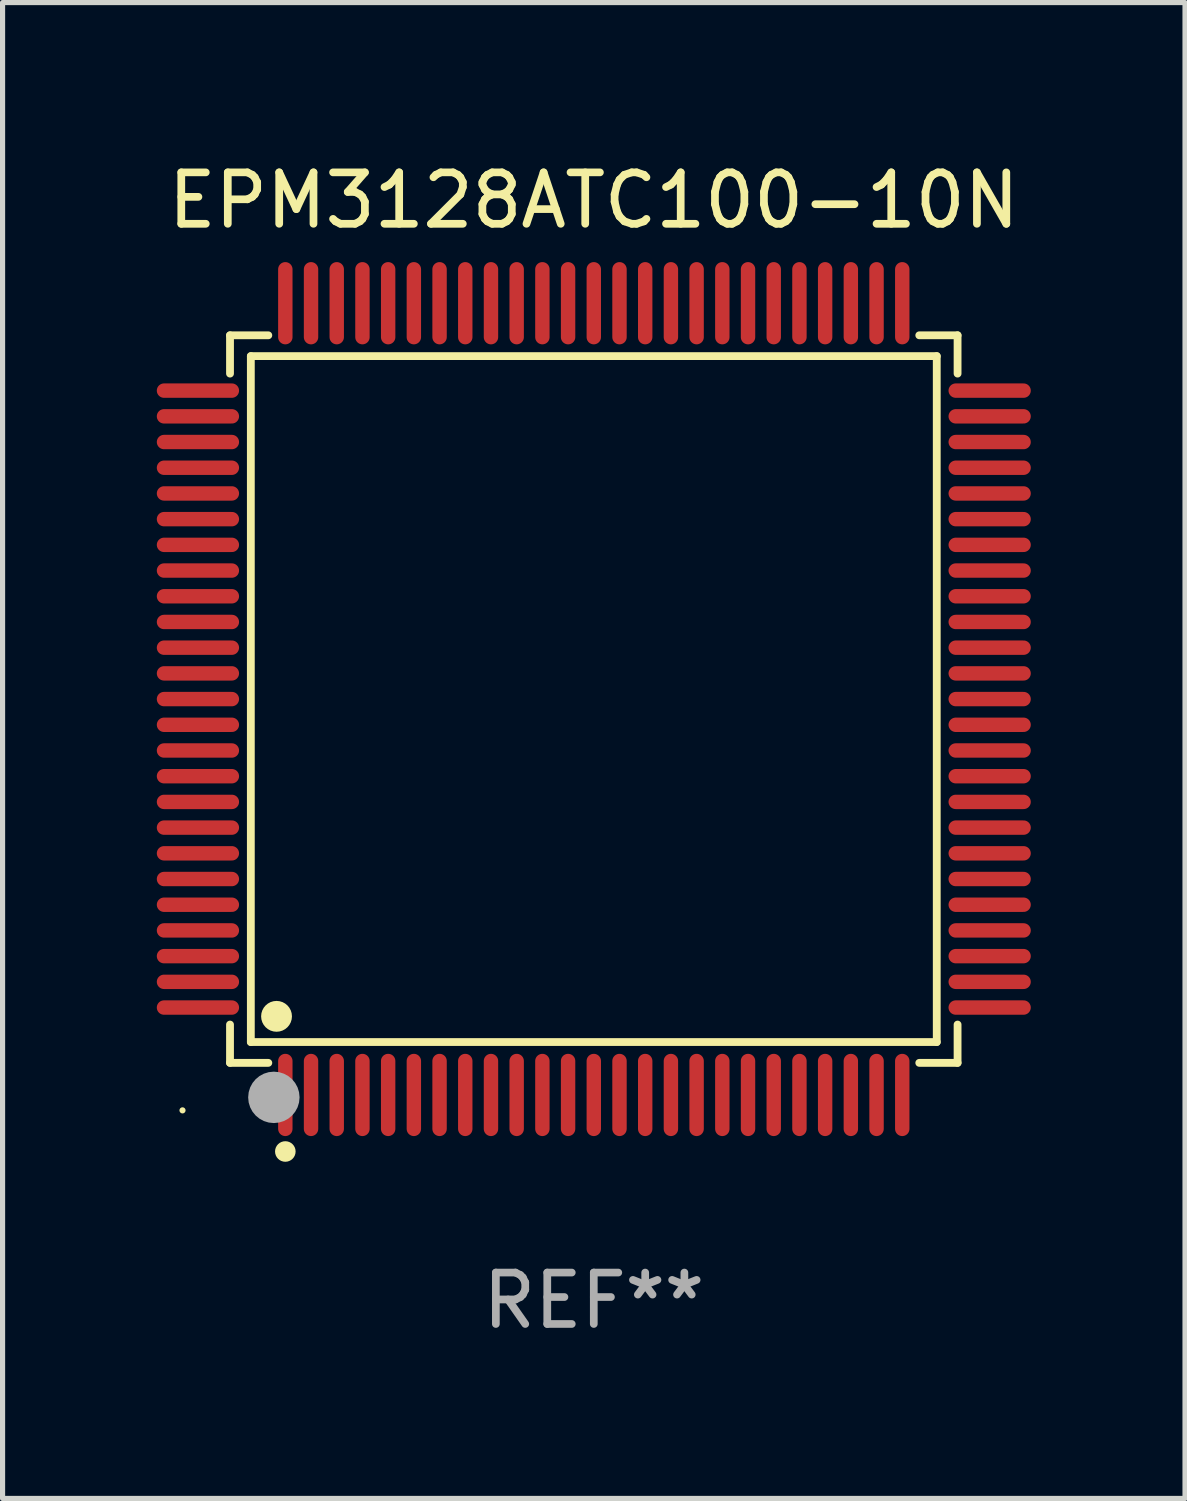
<source format=kicad_pcb>
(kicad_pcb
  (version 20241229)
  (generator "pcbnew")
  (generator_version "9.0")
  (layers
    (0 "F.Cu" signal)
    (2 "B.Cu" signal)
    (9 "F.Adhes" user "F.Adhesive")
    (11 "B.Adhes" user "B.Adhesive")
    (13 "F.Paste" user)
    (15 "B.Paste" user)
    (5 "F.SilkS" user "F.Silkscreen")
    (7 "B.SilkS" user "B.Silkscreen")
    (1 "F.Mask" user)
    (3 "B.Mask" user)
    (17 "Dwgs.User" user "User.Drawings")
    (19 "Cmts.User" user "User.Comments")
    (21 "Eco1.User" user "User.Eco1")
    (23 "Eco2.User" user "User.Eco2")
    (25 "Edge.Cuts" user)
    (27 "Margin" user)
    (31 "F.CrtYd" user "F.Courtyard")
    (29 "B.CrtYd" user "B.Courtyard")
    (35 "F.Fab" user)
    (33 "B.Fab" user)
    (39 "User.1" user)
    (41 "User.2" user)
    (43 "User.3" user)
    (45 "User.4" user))
  (footprint "EPM3128ATC100-10N"
    (layer "F.Cu")
    (at 8.5 10.548)
    (property "Reference" "EPM3128ATC100-10N" (at 0 -9.7 0) (layer "F.SilkS") (effects (font (size 1 1) (thickness 0.15))))
    (attr through_hole)
    (fp_line (start -7.076 -7.076) (end -6.331 -7.076) (stroke (width 0.152) (type solid)) (layer "F.SilkS"))
    (fp_line (start -7.076 -6.331) (end -7.076 -7.076) (stroke (width 0.152) (type solid)) (layer "F.SilkS"))
    (fp_line (start -7.076 6.331) (end -7.076 7.076) (stroke (width 0.152) (type solid)) (layer "F.SilkS"))
    (fp_line (start -7.076 7.076) (end -6.331 7.076) (stroke (width 0.152) (type solid)) (layer "F.SilkS"))
    (fp_line (start -6.671 -6.671) (end 6.671 -6.671) (stroke (width 0.152) (type solid)) (layer "F.SilkS"))
    (fp_line (start -6.671 6.671) (end -6.671 -6.671) (stroke (width 0.152) (type solid)) (layer "F.SilkS"))
    (fp_line (start 6.671 -6.671) (end 6.671 6.671) (stroke (width 0.152) (type solid)) (layer "F.SilkS"))
    (fp_line (start 6.671 6.671) (end -6.671 6.671) (stroke (width 0.152) (type solid)) (layer "F.SilkS"))
    (fp_line (start 7.076 -7.076) (end 6.331 -7.076) (stroke (width 0.152) (type solid)) (layer "F.SilkS"))
    (fp_line (start 7.076 -6.331) (end 7.076 -7.076) (stroke (width 0.152) (type solid)) (layer "F.SilkS"))
    (fp_line (start 7.076 6.331) (end 7.076 7.076) (stroke (width 0.152) (type solid)) (layer "F.SilkS"))
    (fp_line (start 7.076 7.076) (end 6.331 7.076) (stroke (width 0.152) (type solid)) (layer "F.SilkS"))
    (fp_circle (center -8 8) (end -7.97 8) (stroke (width 0.06) (type solid)) (fill no) (layer "F.SilkS"))
    (fp_circle (center -6.171 6.171) (end -6.021 6.171) (stroke (width 0.3) (type solid)) (fill no) (layer "F.SilkS"))
    (fp_circle (center -6 8.8) (end -5.9 8.8) (stroke (width 0.2) (type solid)) (fill no) (layer "F.SilkS"))
    (fp_circle (center -6.223 7.747) (end -5.973 7.747) (stroke (width 0.5) (type solid)) (fill no) (layer "F.Fab"))
    (fp_text user "REF**" (at 0 11.7 0) (layer "F.Fab") (effects (font (size 1 1) (thickness 0.15))))
    (pad "1" smd oval (at -6 7.7) (size 0.28 1.6) (layers "F.Cu" "F.Mask" "F.Paste"))
    (pad "2" smd oval (at -5.5 7.7) (size 0.28 1.6) (layers "F.Cu" "F.Mask" "F.Paste"))
    (pad "3" smd oval (at -5 7.7) (size 0.28 1.6) (layers "F.Cu" "F.Mask" "F.Paste"))
    (pad "4" smd oval (at -4.5 7.7) (size 0.28 1.6) (layers "F.Cu" "F.Mask" "F.Paste"))
    (pad "5" smd oval (at -4 7.7) (size 0.28 1.6) (layers "F.Cu" "F.Mask" "F.Paste"))
    (pad "6" smd oval (at -3.5 7.7) (size 0.28 1.6) (layers "F.Cu" "F.Mask" "F.Paste"))
    (pad "7" smd oval (at -3 7.7) (size 0.28 1.6) (layers "F.Cu" "F.Mask" "F.Paste"))
    (pad "8" smd oval (at -2.5 7.7) (size 0.28 1.6) (layers "F.Cu" "F.Mask" "F.Paste"))
    (pad "9" smd oval (at -2 7.7) (size 0.28 1.6) (layers "F.Cu" "F.Mask" "F.Paste"))
    (pad "10" smd oval (at -1.5 7.7) (size 0.28 1.6) (layers "F.Cu" "F.Mask" "F.Paste"))
    (pad "11" smd oval (at -1 7.7) (size 0.28 1.6) (layers "F.Cu" "F.Mask" "F.Paste"))
    (pad "12" smd oval (at -0.5 7.7) (size 0.28 1.6) (layers "F.Cu" "F.Mask" "F.Paste"))
    (pad "13" smd oval (at 0 7.7) (size 0.28 1.6) (layers "F.Cu" "F.Mask" "F.Paste"))
    (pad "14" smd oval (at 0.5 7.7) (size 0.28 1.6) (layers "F.Cu" "F.Mask" "F.Paste"))
    (pad "15" smd oval (at 1 7.7) (size 0.28 1.6) (layers "F.Cu" "F.Mask" "F.Paste"))
    (pad "16" smd oval (at 1.5 7.7) (size 0.28 1.6) (layers "F.Cu" "F.Mask" "F.Paste"))
    (pad "17" smd oval (at 2 7.7) (size 0.28 1.6) (layers "F.Cu" "F.Mask" "F.Paste"))
    (pad "18" smd oval (at 2.5 7.7) (size 0.28 1.6) (layers "F.Cu" "F.Mask" "F.Paste"))
    (pad "19" smd oval (at 3 7.7) (size 0.28 1.6) (layers "F.Cu" "F.Mask" "F.Paste"))
    (pad "20" smd oval (at 3.5 7.7) (size 0.28 1.6) (layers "F.Cu" "F.Mask" "F.Paste"))
    (pad "21" smd oval (at 4 7.7) (size 0.28 1.6) (layers "F.Cu" "F.Mask" "F.Paste"))
    (pad "22" smd oval (at 4.5 7.7) (size 0.28 1.6) (layers "F.Cu" "F.Mask" "F.Paste"))
    (pad "23" smd oval (at 5 7.7) (size 0.28 1.6) (layers "F.Cu" "F.Mask" "F.Paste"))
    (pad "24" smd oval (at 5.5 7.7) (size 0.28 1.6) (layers "F.Cu" "F.Mask" "F.Paste"))
    (pad "25" smd oval (at 6 7.7) (size 0.28 1.6) (layers "F.Cu" "F.Mask" "F.Paste"))
    (pad "26" smd oval (at 7.7 6) (size 1.6 0.28) (layers "F.Cu" "F.Mask" "F.Paste"))
    (pad "27" smd oval (at 7.7 5.5) (size 1.6 0.28) (layers "F.Cu" "F.Mask" "F.Paste"))
    (pad "28" smd oval (at 7.7 5) (size 1.6 0.28) (layers "F.Cu" "F.Mask" "F.Paste"))
    (pad "29" smd oval (at 7.7 4.5) (size 1.6 0.28) (layers "F.Cu" "F.Mask" "F.Paste"))
    (pad "30" smd oval (at 7.7 4) (size 1.6 0.28) (layers "F.Cu" "F.Mask" "F.Paste"))
    (pad "31" smd oval (at 7.7 3.5) (size 1.6 0.28) (layers "F.Cu" "F.Mask" "F.Paste"))
    (pad "32" smd oval (at 7.7 3) (size 1.6 0.28) (layers "F.Cu" "F.Mask" "F.Paste"))
    (pad "33" smd oval (at 7.7 2.5) (size 1.6 0.28) (layers "F.Cu" "F.Mask" "F.Paste"))
    (pad "34" smd oval (at 7.7 2) (size 1.6 0.28) (layers "F.Cu" "F.Mask" "F.Paste"))
    (pad "35" smd oval (at 7.7 1.5) (size 1.6 0.28) (layers "F.Cu" "F.Mask" "F.Paste"))
    (pad "36" smd oval (at 7.7 1) (size 1.6 0.28) (layers "F.Cu" "F.Mask" "F.Paste"))
    (pad "37" smd oval (at 7.7 0.5) (size 1.6 0.28) (layers "F.Cu" "F.Mask" "F.Paste"))
    (pad "38" smd oval (at 7.7 0) (size 1.6 0.28) (layers "F.Cu" "F.Mask" "F.Paste"))
    (pad "39" smd oval (at 7.7 -0.5) (size 1.6 0.28) (layers "F.Cu" "F.Mask" "F.Paste"))
    (pad "40" smd oval (at 7.7 -1) (size 1.6 0.28) (layers "F.Cu" "F.Mask" "F.Paste"))
    (pad "41" smd oval (at 7.7 -1.5) (size 1.6 0.28) (layers "F.Cu" "F.Mask" "F.Paste"))
    (pad "42" smd oval (at 7.7 -2) (size 1.6 0.28) (layers "F.Cu" "F.Mask" "F.Paste"))
    (pad "43" smd oval (at 7.7 -2.5) (size 1.6 0.28) (layers "F.Cu" "F.Mask" "F.Paste"))
    (pad "44" smd oval (at 7.7 -3) (size 1.6 0.28) (layers "F.Cu" "F.Mask" "F.Paste"))
    (pad "45" smd oval (at 7.7 -3.5) (size 1.6 0.28) (layers "F.Cu" "F.Mask" "F.Paste"))
    (pad "46" smd oval (at 7.7 -4) (size 1.6 0.28) (layers "F.Cu" "F.Mask" "F.Paste"))
    (pad "47" smd oval (at 7.7 -4.5) (size 1.6 0.28) (layers "F.Cu" "F.Mask" "F.Paste"))
    (pad "48" smd oval (at 7.7 -5) (size 1.6 0.28) (layers "F.Cu" "F.Mask" "F.Paste"))
    (pad "49" smd oval (at 7.7 -5.5) (size 1.6 0.28) (layers "F.Cu" "F.Mask" "F.Paste"))
    (pad "50" smd oval (at 7.7 -6) (size 1.6 0.28) (layers "F.Cu" "F.Mask" "F.Paste"))
    (pad "51" smd oval (at 6 -7.7) (size 0.28 1.6) (layers "F.Cu" "F.Mask" "F.Paste"))
    (pad "52" smd oval (at 5.5 -7.7) (size 0.28 1.6) (layers "F.Cu" "F.Mask" "F.Paste"))
    (pad "53" smd oval (at 5 -7.7) (size 0.28 1.6) (layers "F.Cu" "F.Mask" "F.Paste"))
    (pad "54" smd oval (at 4.5 -7.7) (size 0.28 1.6) (layers "F.Cu" "F.Mask" "F.Paste"))
    (pad "55" smd oval (at 4 -7.7) (size 0.28 1.6) (layers "F.Cu" "F.Mask" "F.Paste"))
    (pad "56" smd oval (at 3.5 -7.7) (size 0.28 1.6) (layers "F.Cu" "F.Mask" "F.Paste"))
    (pad "57" smd oval (at 3 -7.7) (size 0.28 1.6) (layers "F.Cu" "F.Mask" "F.Paste"))
    (pad "58" smd oval (at 2.5 -7.7) (size 0.28 1.6) (layers "F.Cu" "F.Mask" "F.Paste"))
    (pad "59" smd oval (at 2 -7.7) (size 0.28 1.6) (layers "F.Cu" "F.Mask" "F.Paste"))
    (pad "60" smd oval (at 1.5 -7.7) (size 0.28 1.6) (layers "F.Cu" "F.Mask" "F.Paste"))
    (pad "61" smd oval (at 1 -7.7) (size 0.28 1.6) (layers "F.Cu" "F.Mask" "F.Paste"))
    (pad "62" smd oval (at 0.5 -7.7) (size 0.28 1.6) (layers "F.Cu" "F.Mask" "F.Paste"))
    (pad "63" smd oval (at 0 -7.7) (size 0.28 1.6) (layers "F.Cu" "F.Mask" "F.Paste"))
    (pad "64" smd oval (at -0.5 -7.7) (size 0.28 1.6) (layers "F.Cu" "F.Mask" "F.Paste"))
    (pad "65" smd oval (at -1 -7.7) (size 0.28 1.6) (layers "F.Cu" "F.Mask" "F.Paste"))
    (pad "66" smd oval (at -1.5 -7.7) (size 0.28 1.6) (layers "F.Cu" "F.Mask" "F.Paste"))
    (pad "67" smd oval (at -2 -7.7) (size 0.28 1.6) (layers "F.Cu" "F.Mask" "F.Paste"))
    (pad "68" smd oval (at -2.5 -7.7) (size 0.28 1.6) (layers "F.Cu" "F.Mask" "F.Paste"))
    (pad "69" smd oval (at -3 -7.7) (size 0.28 1.6) (layers "F.Cu" "F.Mask" "F.Paste"))
    (pad "70" smd oval (at -3.5 -7.7) (size 0.28 1.6) (layers "F.Cu" "F.Mask" "F.Paste"))
    (pad "71" smd oval (at -4 -7.7) (size 0.28 1.6) (layers "F.Cu" "F.Mask" "F.Paste"))
    (pad "72" smd oval (at -4.5 -7.7) (size 0.28 1.6) (layers "F.Cu" "F.Mask" "F.Paste"))
    (pad "73" smd oval (at -5 -7.7) (size 0.28 1.6) (layers "F.Cu" "F.Mask" "F.Paste"))
    (pad "74" smd oval (at -5.5 -7.7) (size 0.28 1.6) (layers "F.Cu" "F.Mask" "F.Paste"))
    (pad "75" smd oval (at -6 -7.7) (size 0.28 1.6) (layers "F.Cu" "F.Mask" "F.Paste"))
    (pad "76" smd oval (at -7.7 -6) (size 1.6 0.28) (layers "F.Cu" "F.Mask" "F.Paste"))
    (pad "77" smd oval (at -7.7 -5.5) (size 1.6 0.28) (layers "F.Cu" "F.Mask" "F.Paste"))
    (pad "78" smd oval (at -7.7 -5) (size 1.6 0.28) (layers "F.Cu" "F.Mask" "F.Paste"))
    (pad "79" smd oval (at -7.7 -4.5) (size 1.6 0.28) (layers "F.Cu" "F.Mask" "F.Paste"))
    (pad "80" smd oval (at -7.7 -4) (size 1.6 0.28) (layers "F.Cu" "F.Mask" "F.Paste"))
    (pad "81" smd oval (at -7.7 -3.5) (size 1.6 0.28) (layers "F.Cu" "F.Mask" "F.Paste"))
    (pad "82" smd oval (at -7.7 -3) (size 1.6 0.28) (layers "F.Cu" "F.Mask" "F.Paste"))
    (pad "83" smd oval (at -7.7 -2.5) (size 1.6 0.28) (layers "F.Cu" "F.Mask" "F.Paste"))
    (pad "84" smd oval (at -7.7 -2) (size 1.6 0.28) (layers "F.Cu" "F.Mask" "F.Paste"))
    (pad "85" smd oval (at -7.7 -1.5) (size 1.6 0.28) (layers "F.Cu" "F.Mask" "F.Paste"))
    (pad "86" smd oval (at -7.7 -1) (size 1.6 0.28) (layers "F.Cu" "F.Mask" "F.Paste"))
    (pad "87" smd oval (at -7.7 -0.5) (size 1.6 0.28) (layers "F.Cu" "F.Mask" "F.Paste"))
    (pad "88" smd oval (at -7.7 0) (size 1.6 0.28) (layers "F.Cu" "F.Mask" "F.Paste"))
    (pad "89" smd oval (at -7.7 0.5) (size 1.6 0.28) (layers "F.Cu" "F.Mask" "F.Paste"))
    (pad "90" smd oval (at -7.7 1) (size 1.6 0.28) (layers "F.Cu" "F.Mask" "F.Paste"))
    (pad "91" smd oval (at -7.7 1.5) (size 1.6 0.28) (layers "F.Cu" "F.Mask" "F.Paste"))
    (pad "92" smd oval (at -7.7 2) (size 1.6 0.28) (layers "F.Cu" "F.Mask" "F.Paste"))
    (pad "93" smd oval (at -7.7 2.5) (size 1.6 0.28) (layers "F.Cu" "F.Mask" "F.Paste"))
    (pad "94" smd oval (at -7.7 3) (size 1.6 0.28) (layers "F.Cu" "F.Mask" "F.Paste"))
    (pad "95" smd oval (at -7.7 3.5) (size 1.6 0.28) (layers "F.Cu" "F.Mask" "F.Paste"))
    (pad "96" smd oval (at -7.7 4) (size 1.6 0.28) (layers "F.Cu" "F.Mask" "F.Paste"))
    (pad "97" smd oval (at -7.7 4.5) (size 1.6 0.28) (layers "F.Cu" "F.Mask" "F.Paste"))
    (pad "98" smd oval (at -7.7 5) (size 1.6 0.28) (layers "F.Cu" "F.Mask" "F.Paste"))
    (pad "99" smd oval (at -7.7 5.5) (size 1.6 0.28) (layers "F.Cu" "F.Mask" "F.Paste"))
    (pad "100" smd oval (at -7.7 6) (size 1.6 0.28) (layers "F.Cu" "F.Mask" "F.Paste")))
  (gr_rect
    (start -3 -3)
    (end 20 26.097)
    (stroke (width 0.1) (type default))
    (fill no)
    (layer "Edge.Cuts")))
</source>
